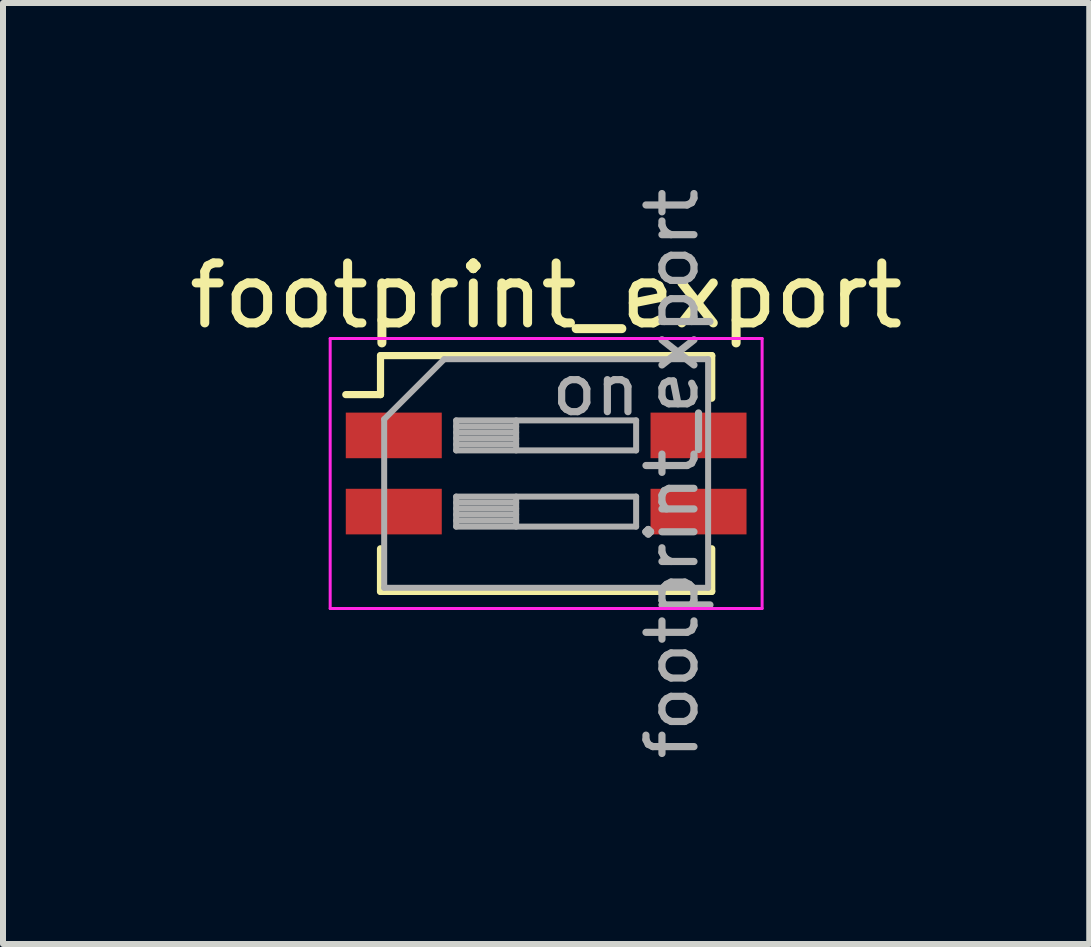
<source format=kicad_pcb>
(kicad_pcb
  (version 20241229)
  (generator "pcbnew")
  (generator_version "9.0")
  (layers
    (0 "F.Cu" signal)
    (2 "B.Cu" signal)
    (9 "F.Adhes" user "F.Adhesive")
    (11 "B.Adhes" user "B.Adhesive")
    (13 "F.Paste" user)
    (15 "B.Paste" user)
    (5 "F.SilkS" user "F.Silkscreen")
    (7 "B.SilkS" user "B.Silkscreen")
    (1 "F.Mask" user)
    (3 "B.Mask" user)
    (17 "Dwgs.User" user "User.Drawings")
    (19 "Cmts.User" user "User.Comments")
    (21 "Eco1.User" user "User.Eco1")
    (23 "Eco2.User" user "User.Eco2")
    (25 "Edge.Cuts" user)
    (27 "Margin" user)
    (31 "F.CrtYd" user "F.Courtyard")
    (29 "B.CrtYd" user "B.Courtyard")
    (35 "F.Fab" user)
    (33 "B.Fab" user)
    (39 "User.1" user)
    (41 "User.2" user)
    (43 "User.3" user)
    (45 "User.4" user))
  (footprint "footprint_export"
    (layer "F.Cu")
    (at 6.054 4.843)
    (property "Reference" "footprint_export" (at 0 -2.965 0) (layer "F.SilkS") (effects (font (size 1 1) (thickness 0.15))))
    (attr smd)
    (fp_line (start -3.34 -1.315) (end -2.761 -1.315) (stroke (width 0.12) (type solid)) (layer "F.SilkS"))
    (fp_line (start -2.761 -1.965) (end -2.761 -1.315) (stroke (width 0.12) (type solid)) (layer "F.SilkS"))
    (fp_line (start -2.761 -1.965) (end 2.76 -1.965) (stroke (width 0.12) (type solid)) (layer "F.SilkS"))
    (fp_line (start -2.761 1.255) (end -2.761 1.965) (stroke (width 0.12) (type solid)) (layer "F.SilkS"))
    (fp_line (start -2.761 1.965) (end 2.76 1.965) (stroke (width 0.12) (type solid)) (layer "F.SilkS"))
    (fp_line (start 2.76 -1.965) (end 2.76 -1.255) (stroke (width 0.12) (type solid)) (layer "F.SilkS"))
    (fp_line (start 2.76 1.255) (end 2.76 1.965) (stroke (width 0.12) (type solid)) (layer "F.SilkS"))
    (fp_line (start -3.6 -2.25) (end -3.6 2.25) (stroke (width 0.05) (type solid)) (layer "F.CrtYd"))
    (fp_line (start -3.6 2.25) (end 3.6 2.25) (stroke (width 0.05) (type solid)) (layer "F.CrtYd"))
    (fp_line (start 3.6 -2.25) (end -3.6 -2.25) (stroke (width 0.05) (type solid)) (layer "F.CrtYd"))
    (fp_line (start 3.6 2.25) (end 3.6 -2.25) (stroke (width 0.05) (type solid)) (layer "F.CrtYd"))
    (fp_line (start -2.7 -0.905) (end -1.7 -1.905) (stroke (width 0.1) (type solid)) (layer "F.Fab"))
    (fp_line (start -2.7 1.905) (end -2.7 -0.905) (stroke (width 0.1) (type solid)) (layer "F.Fab"))
    (fp_line (start -1.7 -1.905) (end 2.7 -1.905) (stroke (width 0.1) (type solid)) (layer "F.Fab"))
    (fp_line (start -1.5 -0.885) (end -1.5 -0.385) (stroke (width 0.1) (type solid)) (layer "F.Fab"))
    (fp_line (start -1.5 -0.785) (end -0.5 -0.785) (stroke (width 0.1) (type solid)) (layer "F.Fab"))
    (fp_line (start -1.5 -0.685) (end -0.5 -0.685) (stroke (width 0.1) (type solid)) (layer "F.Fab"))
    (fp_line (start -1.5 -0.585) (end -0.5 -0.585) (stroke (width 0.1) (type solid)) (layer "F.Fab"))
    (fp_line (start -1.5 -0.485) (end -0.5 -0.485) (stroke (width 0.1) (type solid)) (layer "F.Fab"))
    (fp_line (start -1.5 -0.385) (end 1.5 -0.385) (stroke (width 0.1) (type solid)) (layer "F.Fab"))
    (fp_line (start -1.5 0.385) (end -1.5 0.885) (stroke (width 0.1) (type solid)) (layer "F.Fab"))
    (fp_line (start -1.5 0.485) (end -0.5 0.485) (stroke (width 0.1) (type solid)) (layer "F.Fab"))
    (fp_line (start -1.5 0.585) (end -0.5 0.585) (stroke (width 0.1) (type solid)) (layer "F.Fab"))
    (fp_line (start -1.5 0.685) (end -0.5 0.685) (stroke (width 0.1) (type solid)) (layer "F.Fab"))
    (fp_line (start -1.5 0.785) (end -0.5 0.785) (stroke (width 0.1) (type solid)) (layer "F.Fab"))
    (fp_line (start -1.5 0.885) (end 1.5 0.885) (stroke (width 0.1) (type solid)) (layer "F.Fab"))
    (fp_line (start -0.5 -0.885) (end -0.5 -0.385) (stroke (width 0.1) (type solid)) (layer "F.Fab"))
    (fp_line (start -0.5 0.385) (end -0.5 0.885) (stroke (width 0.1) (type solid)) (layer "F.Fab"))
    (fp_line (start 1.5 -0.885) (end -1.5 -0.885) (stroke (width 0.1) (type solid)) (layer "F.Fab"))
    (fp_line (start 1.5 -0.385) (end 1.5 -0.885) (stroke (width 0.1) (type solid)) (layer "F.Fab"))
    (fp_line (start 1.5 0.385) (end -1.5 0.385) (stroke (width 0.1) (type solid)) (layer "F.Fab"))
    (fp_line (start 1.5 0.885) (end 1.5 0.385) (stroke (width 0.1) (type solid)) (layer "F.Fab"))
    (fp_line (start 2.7 -1.905) (end 2.7 1.905) (stroke (width 0.1) (type solid)) (layer "F.Fab"))
    (fp_line (start 2.7 1.905) (end -2.7 1.905) (stroke (width 0.1) (type solid)) (layer "F.Fab"))
    (fp_text user "on" (at 0.83 -1.395 0) (layer "F.Fab") (effects (font (size 0.8 0.8) (thickness 0.12))))
    (fp_text user "${REFERENCE}" (at 2.1 0 90) (layer "F.Fab") (effects (font (size 0.8 0.8) (thickness 0.12))))
    (pad "1" smd rect (at -2.54 -0.635) (size 1.6 0.76) (layers "F.Cu" "F.Mask" "F.Paste"))
    (pad "2" smd rect (at -2.54 0.635) (size 1.6 0.76) (layers "F.Cu" "F.Mask" "F.Paste"))
    (pad "3" smd rect (at 2.54 0.635) (size 1.6 0.76) (layers "F.Cu" "F.Mask" "F.Paste"))
    (pad "4" smd rect (at 2.54 -0.635) (size 1.6 0.76) (layers "F.Cu" "F.Mask" "F.Paste")))
  (gr_rect
    (start -3 -3)
    (end 15.107 12.686)
    (stroke (width 0.1) (type default))
    (fill no)
    (layer "Edge.Cuts")))
</source>
